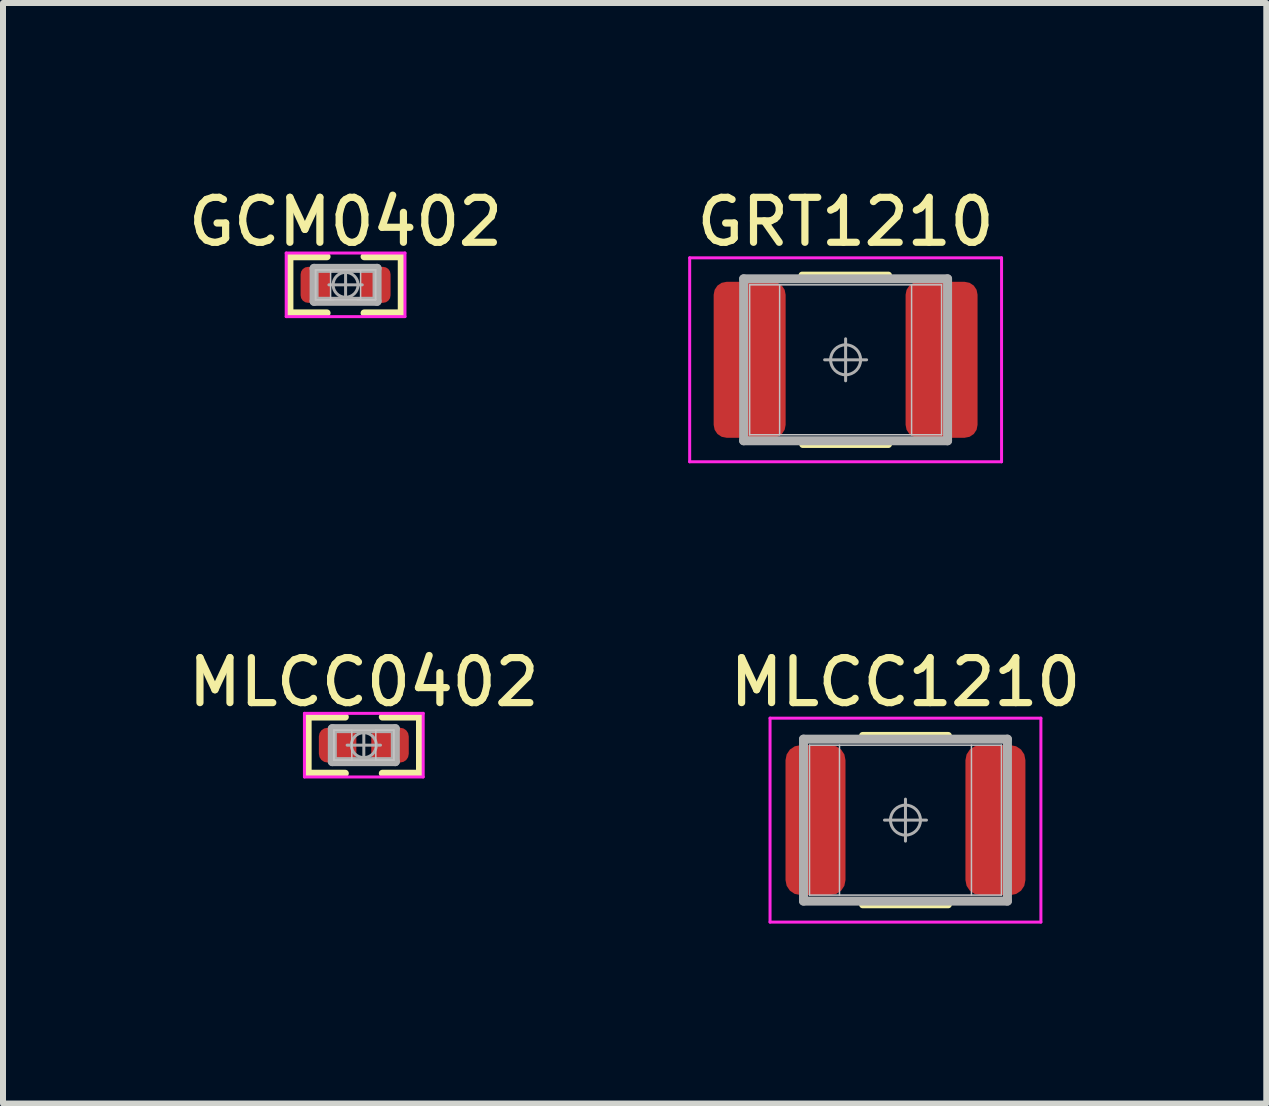
<source format=kicad_pcb>
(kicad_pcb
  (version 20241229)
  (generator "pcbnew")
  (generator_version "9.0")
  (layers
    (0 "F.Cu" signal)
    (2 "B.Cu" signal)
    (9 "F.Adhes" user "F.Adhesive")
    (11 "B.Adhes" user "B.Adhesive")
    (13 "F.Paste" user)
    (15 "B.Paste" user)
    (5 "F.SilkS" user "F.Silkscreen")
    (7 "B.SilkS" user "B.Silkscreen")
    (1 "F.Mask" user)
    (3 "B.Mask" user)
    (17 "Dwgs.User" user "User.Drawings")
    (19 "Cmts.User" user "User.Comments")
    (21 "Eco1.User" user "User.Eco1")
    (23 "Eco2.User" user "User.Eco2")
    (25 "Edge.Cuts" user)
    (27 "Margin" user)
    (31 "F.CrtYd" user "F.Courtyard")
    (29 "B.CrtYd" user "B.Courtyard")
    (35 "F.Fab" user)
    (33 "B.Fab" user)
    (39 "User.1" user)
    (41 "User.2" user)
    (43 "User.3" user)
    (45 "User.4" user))
  (footprint "MLCC0402"
    (layer "F.Cu")
    (at 3.016 9.374)
    (property "Reference" "MLCC0402" (at 0 -1.05 0) (layer "F.SilkS") (effects (font (size 0.75 0.75) (thickness 0.12))))
    (attr smd)
    (fp_line (start -0.93 -0.47) (end -0.31 -0.47) (stroke (width 0.12) (type solid)) (layer "F.SilkS"))
    (fp_line (start -0.93 0.47) (end -0.93 -0.47) (stroke (width 0.12) (type solid)) (layer "F.SilkS"))
    (fp_line (start -0.31 0.47) (end -0.93 0.47) (stroke (width 0.12) (type solid)) (layer "F.SilkS"))
    (fp_line (start 0.31 0.47) (end 0.93 0.47) (stroke (width 0.12) (type solid)) (layer "F.SilkS"))
    (fp_line (start 0.93 -0.47) (end 0.31 -0.47) (stroke (width 0.12) (type solid)) (layer "F.SilkS"))
    (fp_line (start 0.93 0.47) (end 0.93 -0.47) (stroke (width 0.12) (type solid)) (layer "F.SilkS"))
    (fp_line (start -0.5 -0.25) (end -0.2 -0.25) (stroke (width 0.025) (type solid)) (layer "Dwgs.User"))
    (fp_line (start -0.5 -0.25) (end 0.5 -0.25) (stroke (width 0.025) (type solid)) (layer "Dwgs.User"))
    (fp_line (start -0.5 0.25) (end -0.5 -0.25) (stroke (width 0.025) (type solid)) (layer "Dwgs.User"))
    (fp_line (start -0.5 0.25) (end -0.5 -0.25) (stroke (width 0.025) (type solid)) (layer "Dwgs.User"))
    (fp_line (start -0.2 -0.25) (end -0.2 0.25) (stroke (width 0.025) (type solid)) (layer "Dwgs.User"))
    (fp_line (start -0.2 0.25) (end -0.5 0.25) (stroke (width 0.025) (type solid)) (layer "Dwgs.User"))
    (fp_line (start 0.2 -0.25) (end 0.5 -0.25) (stroke (width 0.025) (type solid)) (layer "Dwgs.User"))
    (fp_line (start 0.2 0.25) (end 0.2 -0.25) (stroke (width 0.025) (type solid)) (layer "Dwgs.User"))
    (fp_line (start 0.5 -0.25) (end 0.5 0.25) (stroke (width 0.025) (type solid)) (layer "Dwgs.User"))
    (fp_line (start 0.5 -0.25) (end 0.5 0.25) (stroke (width 0.025) (type solid)) (layer "Dwgs.User"))
    (fp_line (start 0.5 0.25) (end -0.5 0.25) (stroke (width 0.025) (type solid)) (layer "Dwgs.User"))
    (fp_line (start 0.5 0.25) (end 0.2 0.25) (stroke (width 0.025) (type solid)) (layer "Dwgs.User"))
    (fp_line (start -0.99 -0.53) (end 0.99 -0.53) (stroke (width 0.05) (type solid)) (layer "F.CrtYd"))
    (fp_line (start -0.99 0.53) (end -0.99 -0.53) (stroke (width 0.05) (type solid)) (layer "F.CrtYd"))
    (fp_line (start 0.99 -0.53) (end 0.99 0.53) (stroke (width 0.05) (type solid)) (layer "F.CrtYd"))
    (fp_line (start 0.99 0.53) (end -0.99 0.53) (stroke (width 0.05) (type solid)) (layer "F.CrtYd"))
    (fp_line (start -0.525 -0.275) (end 0.525 -0.275) (stroke (width 0.15) (type solid)) (layer "F.Fab"))
    (fp_line (start -0.525 0.275) (end -0.525 -0.275) (stroke (width 0.15) (type solid)) (layer "F.Fab"))
    (fp_line (start 0 -0.278) (end 0 0.278) (stroke (width 0.05) (type solid)) (layer "F.Fab"))
    (fp_line (start 0.278 0) (end -0.278 0) (stroke (width 0.05) (type solid)) (layer "F.Fab"))
    (fp_line (start 0.525 -0.275) (end 0.525 0.275) (stroke (width 0.15) (type solid)) (layer "F.Fab"))
    (fp_line (start 0.525 0.275) (end -0.525 0.275) (stroke (width 0.15) (type solid)) (layer "F.Fab"))
    (fp_circle (center 0 0) (end 0.208 0) (stroke (width 0.05) (type solid)) (fill no) (layer "F.Fab"))
    (pad "1" smd roundrect (at -0.437 0) (size 0.625 0.58) (layers "F.Cu" "F.Mask" "F.Paste") (roundrect_rratio 0.25))
    (pad "2" smd roundrect (at 0.437 0) (size 0.625 0.58) (layers "F.Cu" "F.Mask" "F.Paste") (roundrect_rratio 0.25)))
  (footprint "GCM0402"
    (layer "F.Cu")
    (at 2.712 1.699)
    (property "Reference" "GCM0402" (at 0 -1.05 0) (layer "F.SilkS") (effects (font (size 0.75 0.75) (thickness 0.12))))
    (attr smd)
    (fp_line (start -0.93 -0.47) (end -0.31 -0.47) (stroke (width 0.12) (type solid)) (layer "F.SilkS"))
    (fp_line (start -0.93 0.47) (end -0.93 -0.47) (stroke (width 0.12) (type solid)) (layer "F.SilkS"))
    (fp_line (start -0.31 0.47) (end -0.93 0.47) (stroke (width 0.12) (type solid)) (layer "F.SilkS"))
    (fp_line (start 0.31 0.47) (end 0.93 0.47) (stroke (width 0.12) (type solid)) (layer "F.SilkS"))
    (fp_line (start 0.93 -0.47) (end 0.31 -0.47) (stroke (width 0.12) (type solid)) (layer "F.SilkS"))
    (fp_line (start 0.93 0.47) (end 0.93 -0.47) (stroke (width 0.12) (type solid)) (layer "F.SilkS"))
    (fp_line (start -0.5 -0.25) (end -0.2 -0.25) (stroke (width 0.025) (type solid)) (layer "Dwgs.User"))
    (fp_line (start -0.5 -0.25) (end 0.5 -0.25) (stroke (width 0.025) (type solid)) (layer "Dwgs.User"))
    (fp_line (start -0.5 0.25) (end -0.5 -0.25) (stroke (width 0.025) (type solid)) (layer "Dwgs.User"))
    (fp_line (start -0.5 0.25) (end -0.5 -0.25) (stroke (width 0.025) (type solid)) (layer "Dwgs.User"))
    (fp_line (start -0.25 -0.25) (end -0.25 0.25) (stroke (width 0.025) (type solid)) (layer "Dwgs.User"))
    (fp_line (start -0.2 0.25) (end -0.5 0.25) (stroke (width 0.025) (type solid)) (layer "Dwgs.User"))
    (fp_line (start 0.2 -0.25) (end 0.5 -0.25) (stroke (width 0.025) (type solid)) (layer "Dwgs.User"))
    (fp_line (start 0.25 0.25) (end 0.25 -0.25) (stroke (width 0.025) (type solid)) (layer "Dwgs.User"))
    (fp_line (start 0.5 -0.25) (end 0.5 0.25) (stroke (width 0.025) (type solid)) (layer "Dwgs.User"))
    (fp_line (start 0.5 -0.25) (end 0.5 0.25) (stroke (width 0.025) (type solid)) (layer "Dwgs.User"))
    (fp_line (start 0.5 0.25) (end -0.5 0.25) (stroke (width 0.025) (type solid)) (layer "Dwgs.User"))
    (fp_line (start 0.5 0.25) (end 0.2 0.25) (stroke (width 0.025) (type solid)) (layer "Dwgs.User"))
    (fp_line (start -0.99 -0.53) (end 0.99 -0.53) (stroke (width 0.05) (type solid)) (layer "F.CrtYd"))
    (fp_line (start -0.99 0.53) (end -0.99 -0.53) (stroke (width 0.05) (type solid)) (layer "F.CrtYd"))
    (fp_line (start 0.99 -0.53) (end 0.99 0.53) (stroke (width 0.05) (type solid)) (layer "F.CrtYd"))
    (fp_line (start 0.99 0.53) (end -0.99 0.53) (stroke (width 0.05) (type solid)) (layer "F.CrtYd"))
    (fp_line (start -0.525 -0.275) (end 0.525 -0.275) (stroke (width 0.15) (type solid)) (layer "F.Fab"))
    (fp_line (start -0.525 0.275) (end -0.525 -0.275) (stroke (width 0.15) (type solid)) (layer "F.Fab"))
    (fp_line (start 0 -0.278) (end 0 0.278) (stroke (width 0.05) (type solid)) (layer "F.Fab"))
    (fp_line (start 0.278 0) (end -0.278 0) (stroke (width 0.05) (type solid)) (layer "F.Fab"))
    (fp_line (start 0.525 -0.275) (end 0.525 0.275) (stroke (width 0.15) (type solid)) (layer "F.Fab"))
    (fp_line (start 0.525 0.275) (end -0.525 0.275) (stroke (width 0.15) (type solid)) (layer "F.Fab"))
    (fp_circle (center 0 0) (end 0.208 0) (stroke (width 0.05) (type solid)) (fill no) (layer "F.Fab"))
    (pad "1" smd roundrect (at -0.5 0) (size 0.5 0.6) (layers "F.Cu" "F.Mask" "F.Paste") (roundrect_rratio 0.25))
    (pad "2" smd roundrect (at 0.5 0) (size 0.5 0.6) (layers "F.Cu" "F.Mask" "F.Paste") (roundrect_rratio 0.25)))
  (footprint "GRT1210"
    (layer "F.Cu")
    (at 11.049 2.949)
    (property "Reference" "GRT1210" (at 0 -2.3 0) (layer "F.SilkS") (effects (font (size 0.75 0.75) (thickness 0.12))))
    (attr smd)
    (fp_line (start -0.725 -1.41) (end 0.713 -1.41) (stroke (width 0.12) (type solid)) (layer "F.SilkS"))
    (fp_line (start -0.713 1.41) (end 0.713 1.41) (stroke (width 0.12) (type solid)) (layer "F.SilkS"))
    (fp_line (start -1.6 -1.25) (end 1.6 -1.25) (stroke (width 0.025) (type solid)) (layer "Dwgs.User"))
    (fp_line (start -1.6 1.25) (end -1.6 -1.25) (stroke (width 0.025) (type solid)) (layer "Dwgs.User"))
    (fp_line (start -1.1 -1.25) (end -1.1 1.25) (stroke (width 0.025) (type solid)) (layer "Dwgs.User"))
    (fp_line (start 1.1 1.25) (end 1.1 -1.25) (stroke (width 0.025) (type solid)) (layer "Dwgs.User"))
    (fp_line (start 1.6 -1.25) (end 1.6 1.25) (stroke (width 0.025) (type solid)) (layer "Dwgs.User"))
    (fp_line (start 1.6 1.25) (end -1.6 1.25) (stroke (width 0.025) (type solid)) (layer "Dwgs.User"))
    (fp_line (start -2.6 -1.7) (end 2.6 -1.7) (stroke (width 0.05) (type solid)) (layer "F.CrtYd"))
    (fp_line (start -2.6 1.7) (end -2.6 -1.7) (stroke (width 0.05) (type solid)) (layer "F.CrtYd"))
    (fp_line (start 2.6 -1.7) (end 2.6 1.7) (stroke (width 0.05) (type solid)) (layer "F.CrtYd"))
    (fp_line (start 2.6 1.7) (end -2.6 1.7) (stroke (width 0.05) (type solid)) (layer "F.CrtYd"))
    (fp_line (start -1.7 -1.35) (end 1.7 -1.35) (stroke (width 0.15) (type solid)) (layer "F.Fab"))
    (fp_line (start -1.7 1.35) (end -1.7 -1.35) (stroke (width 0.15) (type solid)) (layer "F.Fab"))
    (fp_line (start 0 -0.35) (end 0 0.35) (stroke (width 0.05) (type solid)) (layer "F.Fab"))
    (fp_line (start 0.35 0) (end -0.35 0) (stroke (width 0.05) (type solid)) (layer "F.Fab"))
    (fp_line (start 1.7 -1.35) (end 1.7 1.35) (stroke (width 0.15) (type solid)) (layer "F.Fab"))
    (fp_line (start 1.7 1.35) (end -1.7 1.35) (stroke (width 0.15) (type solid)) (layer "F.Fab"))
    (fp_circle (center 0 0) (end 0.25 0) (stroke (width 0.05) (type solid)) (fill no) (layer "F.Fab"))
    (pad "1" smd roundrect (at -1.6 0) (size 1.2 2.6) (layers "F.Cu" "F.Mask" "F.Paste") (roundrect_rratio 0.179))
    (pad "2" smd roundrect (at 1.6 0) (size 1.2 2.6) (layers "F.Cu" "F.Mask" "F.Paste") (roundrect_rratio 0.179)))
  (footprint "MLCC1210"
    (layer "F.Cu")
    (at 12.047 10.624)
    (property "Reference" "MLCC1210" (at 0 -2.3 0) (layer "F.SilkS") (effects (font (size 0.75 0.75) (thickness 0.12))))
    (attr smd)
    (fp_line (start -0.713 -1.41) (end 0.713 -1.41) (stroke (width 0.12) (type solid)) (layer "F.SilkS"))
    (fp_line (start -0.713 1.41) (end 0.713 1.41) (stroke (width 0.12) (type solid)) (layer "F.SilkS"))
    (fp_line (start -1.6 -1.25) (end 1.6 -1.25) (stroke (width 0.025) (type solid)) (layer "Dwgs.User"))
    (fp_line (start -1.6 1.25) (end -1.6 -1.25) (stroke (width 0.025) (type solid)) (layer "Dwgs.User"))
    (fp_line (start -1.1 -1.25) (end -1.1 1.25) (stroke (width 0.025) (type solid)) (layer "Dwgs.User"))
    (fp_line (start 1.1 1.25) (end 1.1 -1.25) (stroke (width 0.025) (type solid)) (layer "Dwgs.User"))
    (fp_line (start 1.6 -1.25) (end 1.6 1.25) (stroke (width 0.025) (type solid)) (layer "Dwgs.User"))
    (fp_line (start 1.6 1.25) (end -1.6 1.25) (stroke (width 0.025) (type solid)) (layer "Dwgs.User"))
    (fp_line (start -2.258 -1.7) (end 2.258 -1.7) (stroke (width 0.05) (type solid)) (layer "F.CrtYd"))
    (fp_line (start -2.258 1.7) (end -2.258 -1.7) (stroke (width 0.05) (type solid)) (layer "F.CrtYd"))
    (fp_line (start 2.258 -1.7) (end 2.258 1.7) (stroke (width 0.05) (type solid)) (layer "F.CrtYd"))
    (fp_line (start 2.258 1.7) (end -2.258 1.7) (stroke (width 0.05) (type solid)) (layer "F.CrtYd"))
    (fp_line (start -1.7 -1.35) (end 1.7 -1.35) (stroke (width 0.15) (type solid)) (layer "F.Fab"))
    (fp_line (start -1.7 1.35) (end -1.7 -1.35) (stroke (width 0.15) (type solid)) (layer "F.Fab"))
    (fp_line (start 0 -0.35) (end 0 0.35) (stroke (width 0.05) (type solid)) (layer "F.Fab"))
    (fp_line (start 0.35 0) (end -0.35 0) (stroke (width 0.05) (type solid)) (layer "F.Fab"))
    (fp_line (start 1.7 -1.35) (end 1.7 1.35) (stroke (width 0.15) (type solid)) (layer "F.Fab"))
    (fp_line (start 1.7 1.35) (end -1.7 1.35) (stroke (width 0.15) (type solid)) (layer "F.Fab"))
    (fp_circle (center 0 0) (end 0.25 0) (stroke (width 0.05) (type solid)) (fill no) (layer "F.Fab"))
    (pad "1" smd roundrect (at -1.5 0) (size 1 2.5) (layers "F.Cu" "F.Mask" "F.Paste") (roundrect_rratio 0.25))
    (pad "2" smd roundrect (at 1.5 0) (size 1 2.5) (layers "F.Cu" "F.Mask" "F.Paste") (roundrect_rratio 0.25)))
  (gr_rect
    (start -3 -3)
    (end 18.063 15.349)
    (stroke (width 0.1) (type default))
    (fill no)
    (layer "Edge.Cuts")))
</source>
